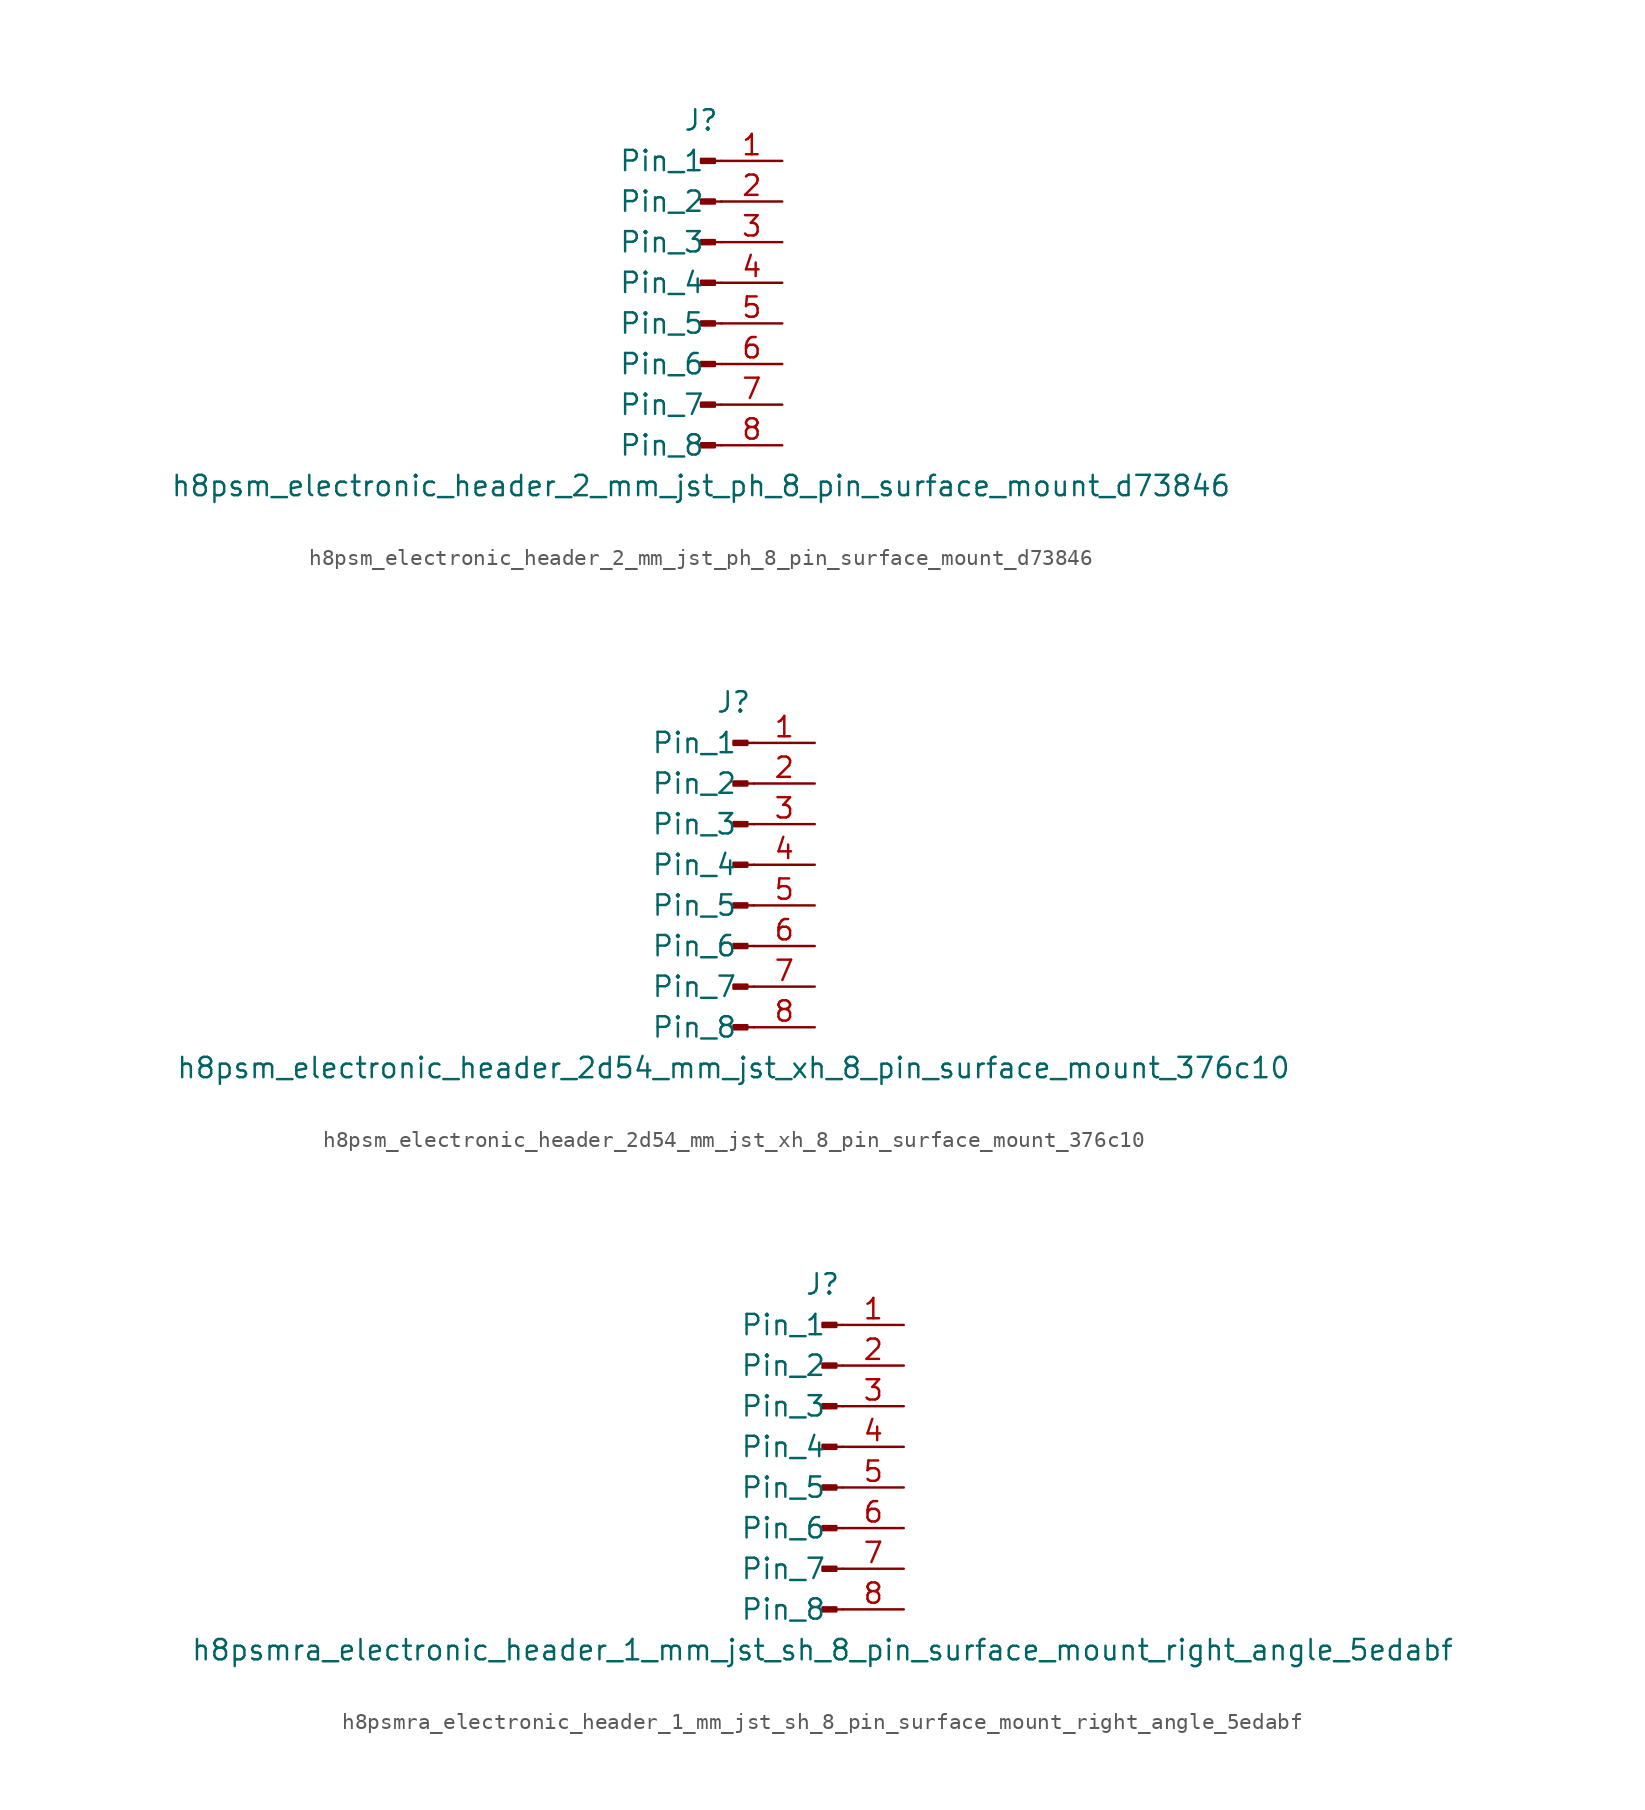
<source format=kicad_sym>
(kicad_symbol_lib
  (version 20220914)
  (generator kicad_symbol_editor)
  (symbol "h8psm_electronic_header_2_mm_jst_ph_8_pin_surface_mount_d73846"
    (pin_names
      (offset 1.016))
    (property "Reference" "J"
      (at 0 10.16 0)
      (effects (font (size 1.27 1.27))))
    (property "Value" "h8psm_electronic_header_2_mm_jst_ph_8_pin_surface_mount_d73846"
      (at 0 -12.7 0)
      (effects (font (size 1.27 1.27))))
    (property "ki_locked" ""
      (at 0 0 0)
      (effects (font (size 1.27 1.27))))
    (symbol "h8psm_electronic_header_2_mm_jst_ph_8_pin_surface_mount_d73846_1_1"
      (polyline (pts (xy 1.27 -10.16) (xy 0.864 -10.16)) (stroke (width 0.152) (type default)) (fill (type none)))
      (polyline (pts (xy 1.27 -7.62) (xy 0.864 -7.62)) (stroke (width 0.152) (type default)) (fill (type none)))
      (polyline (pts (xy 1.27 -5.08) (xy 0.864 -5.08)) (stroke (width 0.152) (type default)) (fill (type none)))
      (polyline (pts (xy 1.27 -2.54) (xy 0.864 -2.54)) (stroke (width 0.152) (type default)) (fill (type none)))
      (polyline (pts (xy 1.27 0) (xy 0.864 0)) (stroke (width 0.152) (type default)) (fill (type none)))
      (polyline (pts (xy 1.27 2.54) (xy 0.864 2.54)) (stroke (width 0.152) (type default)) (fill (type none)))
      (polyline (pts (xy 1.27 5.08) (xy 0.864 5.08)) (stroke (width 0.152) (type default)) (fill (type none)))
      (polyline (pts (xy 1.27 7.62) (xy 0.864 7.62)) (stroke (width 0.152) (type default)) (fill (type none)))
      (rectangle (start 0.864 -10.033) (end 0 -10.287) (stroke (width 0.152) (type default)) (fill (type outline)))
      (rectangle (start 0.864 -7.493) (end 0 -7.747) (stroke (width 0.152) (type default)) (fill (type outline)))
      (rectangle (start 0.864 -4.953) (end 0 -5.207) (stroke (width 0.152) (type default)) (fill (type outline)))
      (rectangle (start 0.864 -2.413) (end 0 -2.667) (stroke (width 0.152) (type default)) (fill (type outline)))
      (rectangle (start 0.864 0.127) (end 0 -0.127) (stroke (width 0.152) (type default)) (fill (type outline)))
      (rectangle (start 0.864 2.667) (end 0 2.413) (stroke (width 0.152) (type default)) (fill (type outline)))
      (rectangle (start 0.864 5.207) (end 0 4.953) (stroke (width 0.152) (type default)) (fill (type outline)))
      (rectangle (start 0.864 7.747) (end 0 7.493) (stroke (width 0.152) (type default)) (fill (type outline)))
      (pin passive line (at 5.08 7.62 180) (length 3.81) (name "Pin_1" (effects (font (size 1.27 1.27)))) (number "1" (effects (font (size 1.27 1.27)))))
      (pin passive line (at 5.08 5.08 180) (length 3.81) (name "Pin_2" (effects (font (size 1.27 1.27)))) (number "2" (effects (font (size 1.27 1.27)))))
      (pin passive line (at 5.08 2.54 180) (length 3.81) (name "Pin_3" (effects (font (size 1.27 1.27)))) (number "3" (effects (font (size 1.27 1.27)))))
      (pin passive line (at 5.08 0 180) (length 3.81) (name "Pin_4" (effects (font (size 1.27 1.27)))) (number "4" (effects (font (size 1.27 1.27)))))
      (pin passive line (at 5.08 -2.54 180) (length 3.81) (name "Pin_5" (effects (font (size 1.27 1.27)))) (number "5" (effects (font (size 1.27 1.27)))))
      (pin passive line (at 5.08 -5.08 180) (length 3.81) (name "Pin_6" (effects (font (size 1.27 1.27)))) (number "6" (effects (font (size 1.27 1.27)))))
      (pin passive line (at 5.08 -7.62 180) (length 3.81) (name "Pin_7" (effects (font (size 1.27 1.27)))) (number "7" (effects (font (size 1.27 1.27)))))
      (pin passive line (at 5.08 -10.16 180) (length 3.81) (name "Pin_8" (effects (font (size 1.27 1.27)))) (number "8" (effects (font (size 1.27 1.27)))))))
  (symbol "h8psm_electronic_header_2d54_mm_jst_xh_8_pin_surface_mount_376c10"
    (pin_names
      (offset 1.016))
    (property "Reference" "J"
      (at 0 10.16 0)
      (effects (font (size 1.27 1.27))))
    (property "Value" "h8psm_electronic_header_2d54_mm_jst_xh_8_pin_surface_mount_376c10"
      (at 0 -12.7 0)
      (effects (font (size 1.27 1.27))))
    (property "ki_locked" ""
      (at 0 0 0)
      (effects (font (size 1.27 1.27))))
    (symbol "h8psm_electronic_header_2d54_mm_jst_xh_8_pin_surface_mount_376c10_1_1"
      (polyline (pts (xy 1.27 -10.16) (xy 0.864 -10.16)) (stroke (width 0.152) (type default)) (fill (type none)))
      (polyline (pts (xy 1.27 -7.62) (xy 0.864 -7.62)) (stroke (width 0.152) (type default)) (fill (type none)))
      (polyline (pts (xy 1.27 -5.08) (xy 0.864 -5.08)) (stroke (width 0.152) (type default)) (fill (type none)))
      (polyline (pts (xy 1.27 -2.54) (xy 0.864 -2.54)) (stroke (width 0.152) (type default)) (fill (type none)))
      (polyline (pts (xy 1.27 0) (xy 0.864 0)) (stroke (width 0.152) (type default)) (fill (type none)))
      (polyline (pts (xy 1.27 2.54) (xy 0.864 2.54)) (stroke (width 0.152) (type default)) (fill (type none)))
      (polyline (pts (xy 1.27 5.08) (xy 0.864 5.08)) (stroke (width 0.152) (type default)) (fill (type none)))
      (polyline (pts (xy 1.27 7.62) (xy 0.864 7.62)) (stroke (width 0.152) (type default)) (fill (type none)))
      (rectangle (start 0.864 -10.033) (end 0 -10.287) (stroke (width 0.152) (type default)) (fill (type outline)))
      (rectangle (start 0.864 -7.493) (end 0 -7.747) (stroke (width 0.152) (type default)) (fill (type outline)))
      (rectangle (start 0.864 -4.953) (end 0 -5.207) (stroke (width 0.152) (type default)) (fill (type outline)))
      (rectangle (start 0.864 -2.413) (end 0 -2.667) (stroke (width 0.152) (type default)) (fill (type outline)))
      (rectangle (start 0.864 0.127) (end 0 -0.127) (stroke (width 0.152) (type default)) (fill (type outline)))
      (rectangle (start 0.864 2.667) (end 0 2.413) (stroke (width 0.152) (type default)) (fill (type outline)))
      (rectangle (start 0.864 5.207) (end 0 4.953) (stroke (width 0.152) (type default)) (fill (type outline)))
      (rectangle (start 0.864 7.747) (end 0 7.493) (stroke (width 0.152) (type default)) (fill (type outline)))
      (pin passive line (at 5.08 7.62 180) (length 3.81) (name "Pin_1" (effects (font (size 1.27 1.27)))) (number "1" (effects (font (size 1.27 1.27)))))
      (pin passive line (at 5.08 5.08 180) (length 3.81) (name "Pin_2" (effects (font (size 1.27 1.27)))) (number "2" (effects (font (size 1.27 1.27)))))
      (pin passive line (at 5.08 2.54 180) (length 3.81) (name "Pin_3" (effects (font (size 1.27 1.27)))) (number "3" (effects (font (size 1.27 1.27)))))
      (pin passive line (at 5.08 0 180) (length 3.81) (name "Pin_4" (effects (font (size 1.27 1.27)))) (number "4" (effects (font (size 1.27 1.27)))))
      (pin passive line (at 5.08 -2.54 180) (length 3.81) (name "Pin_5" (effects (font (size 1.27 1.27)))) (number "5" (effects (font (size 1.27 1.27)))))
      (pin passive line (at 5.08 -5.08 180) (length 3.81) (name "Pin_6" (effects (font (size 1.27 1.27)))) (number "6" (effects (font (size 1.27 1.27)))))
      (pin passive line (at 5.08 -7.62 180) (length 3.81) (name "Pin_7" (effects (font (size 1.27 1.27)))) (number "7" (effects (font (size 1.27 1.27)))))
      (pin passive line (at 5.08 -10.16 180) (length 3.81) (name "Pin_8" (effects (font (size 1.27 1.27)))) (number "8" (effects (font (size 1.27 1.27)))))))
  (symbol "h8psmra_electronic_header_1_mm_jst_sh_8_pin_surface_mount_right_angle_5edabf"
    (pin_names
      (offset 1.016))
    (property "Reference" "J"
      (at 0 10.16 0)
      (effects (font (size 1.27 1.27))))
    (property "Value" "h8psmra_electronic_header_1_mm_jst_sh_8_pin_surface_mount_right_angle_5edabf"
      (at 0 -12.7 0)
      (effects (font (size 1.27 1.27))))
    (property "ki_locked" ""
      (at 0 0 0)
      (effects (font (size 1.27 1.27))))
    (symbol "h8psmra_electronic_header_1_mm_jst_sh_8_pin_surface_mount_right_angle_5edabf_1_1"
      (polyline (pts (xy 1.27 -10.16) (xy 0.864 -10.16)) (stroke (width 0.152) (type default)) (fill (type none)))
      (polyline (pts (xy 1.27 -7.62) (xy 0.864 -7.62)) (stroke (width 0.152) (type default)) (fill (type none)))
      (polyline (pts (xy 1.27 -5.08) (xy 0.864 -5.08)) (stroke (width 0.152) (type default)) (fill (type none)))
      (polyline (pts (xy 1.27 -2.54) (xy 0.864 -2.54)) (stroke (width 0.152) (type default)) (fill (type none)))
      (polyline (pts (xy 1.27 0) (xy 0.864 0)) (stroke (width 0.152) (type default)) (fill (type none)))
      (polyline (pts (xy 1.27 2.54) (xy 0.864 2.54)) (stroke (width 0.152) (type default)) (fill (type none)))
      (polyline (pts (xy 1.27 5.08) (xy 0.864 5.08)) (stroke (width 0.152) (type default)) (fill (type none)))
      (polyline (pts (xy 1.27 7.62) (xy 0.864 7.62)) (stroke (width 0.152) (type default)) (fill (type none)))
      (rectangle (start 0.864 -10.033) (end 0 -10.287) (stroke (width 0.152) (type default)) (fill (type outline)))
      (rectangle (start 0.864 -7.493) (end 0 -7.747) (stroke (width 0.152) (type default)) (fill (type outline)))
      (rectangle (start 0.864 -4.953) (end 0 -5.207) (stroke (width 0.152) (type default)) (fill (type outline)))
      (rectangle (start 0.864 -2.413) (end 0 -2.667) (stroke (width 0.152) (type default)) (fill (type outline)))
      (rectangle (start 0.864 0.127) (end 0 -0.127) (stroke (width 0.152) (type default)) (fill (type outline)))
      (rectangle (start 0.864 2.667) (end 0 2.413) (stroke (width 0.152) (type default)) (fill (type outline)))
      (rectangle (start 0.864 5.207) (end 0 4.953) (stroke (width 0.152) (type default)) (fill (type outline)))
      (rectangle (start 0.864 7.747) (end 0 7.493) (stroke (width 0.152) (type default)) (fill (type outline)))
      (pin passive line (at 5.08 7.62 180) (length 3.81) (name "Pin_1" (effects (font (size 1.27 1.27)))) (number "1" (effects (font (size 1.27 1.27)))))
      (pin passive line (at 5.08 5.08 180) (length 3.81) (name "Pin_2" (effects (font (size 1.27 1.27)))) (number "2" (effects (font (size 1.27 1.27)))))
      (pin passive line (at 5.08 2.54 180) (length 3.81) (name "Pin_3" (effects (font (size 1.27 1.27)))) (number "3" (effects (font (size 1.27 1.27)))))
      (pin passive line (at 5.08 0 180) (length 3.81) (name "Pin_4" (effects (font (size 1.27 1.27)))) (number "4" (effects (font (size 1.27 1.27)))))
      (pin passive line (at 5.08 -2.54 180) (length 3.81) (name "Pin_5" (effects (font (size 1.27 1.27)))) (number "5" (effects (font (size 1.27 1.27)))))
      (pin passive line (at 5.08 -5.08 180) (length 3.81) (name "Pin_6" (effects (font (size 1.27 1.27)))) (number "6" (effects (font (size 1.27 1.27)))))
      (pin passive line (at 5.08 -7.62 180) (length 3.81) (name "Pin_7" (effects (font (size 1.27 1.27)))) (number "7" (effects (font (size 1.27 1.27)))))
      (pin passive line (at 5.08 -10.16 180) (length 3.81) (name "Pin_8" (effects (font (size 1.27 1.27)))) (number "8" (effects (font (size 1.27 1.27))))))))
</source>
